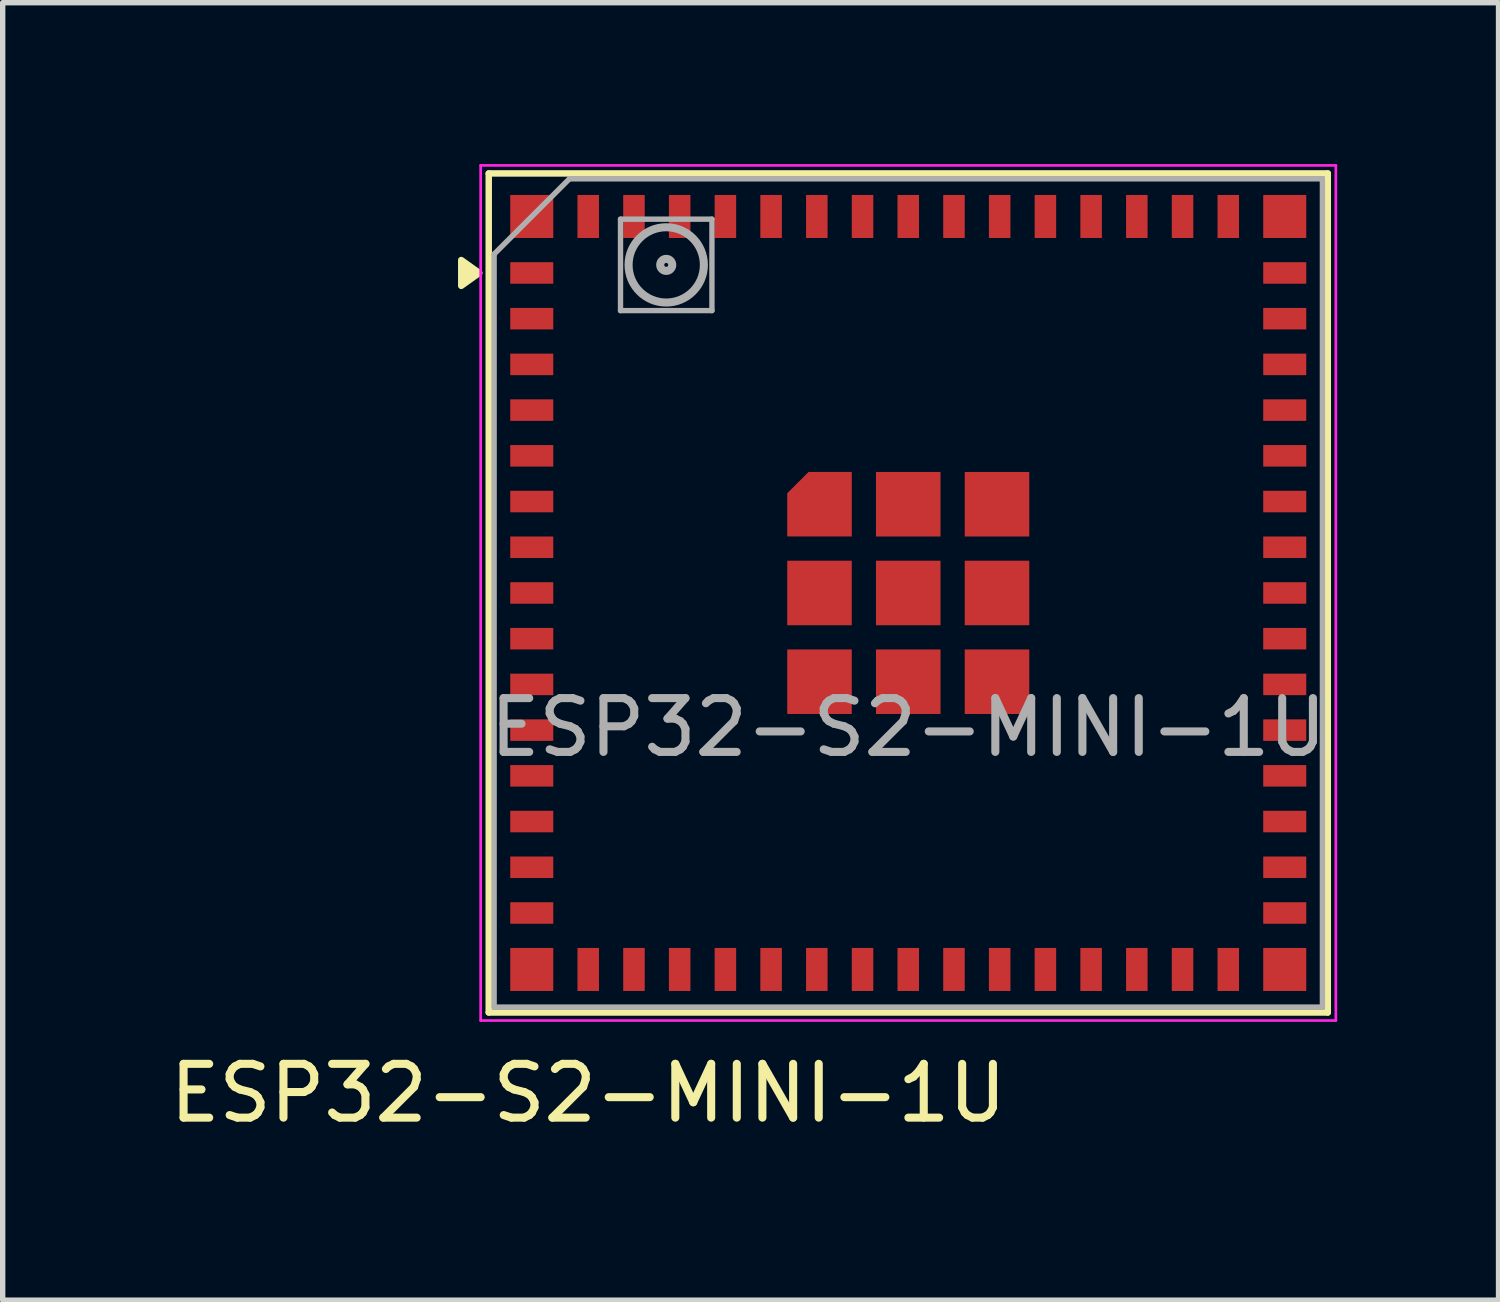
<source format=kicad_pcb>
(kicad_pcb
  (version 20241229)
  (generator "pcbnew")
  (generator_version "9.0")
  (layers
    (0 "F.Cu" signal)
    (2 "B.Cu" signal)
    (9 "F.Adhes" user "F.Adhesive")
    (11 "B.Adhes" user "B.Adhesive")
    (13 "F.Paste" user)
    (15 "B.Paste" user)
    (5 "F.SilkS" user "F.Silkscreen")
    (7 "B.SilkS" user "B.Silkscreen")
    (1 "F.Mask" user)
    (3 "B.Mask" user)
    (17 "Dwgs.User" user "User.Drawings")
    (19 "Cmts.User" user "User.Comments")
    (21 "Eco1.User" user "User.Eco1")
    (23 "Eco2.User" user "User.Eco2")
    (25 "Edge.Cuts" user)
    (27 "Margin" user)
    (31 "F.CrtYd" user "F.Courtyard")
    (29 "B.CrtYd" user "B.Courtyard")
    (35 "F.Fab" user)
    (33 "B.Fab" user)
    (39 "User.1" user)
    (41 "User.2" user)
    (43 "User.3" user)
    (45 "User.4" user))
  (footprint "ESP32-S2-MINI-1U"
    (layer "F.Cu")
    (at 13.837 7.975)
    (property "Reference" "ESP32-S2-MINI-1U" (at -5.95 9.3 0) (unlocked yes) (layer "F.SilkS") (effects (font (size 1 1) (thickness 0.15))))
    (attr smd)
    (fp_line (start -7.8 -7.8) (end 7.8 -7.8) (stroke (width 0.12) (type solid)) (layer "F.SilkS"))
    (fp_line (start -7.8 7.8) (end -7.8 -7.8) (stroke (width 0.12) (type solid)) (layer "F.SilkS"))
    (fp_line (start 7.8 -7.8) (end 7.8 7.8) (stroke (width 0.12) (type solid)) (layer "F.SilkS"))
    (fp_line (start 7.8 7.8) (end -7.8 7.8) (stroke (width 0.12) (type solid)) (layer "F.SilkS"))
    (fp_poly (pts (xy -7.975 -5.95) (xy -8.311 -5.71) (xy -8.311 -6.19) (xy -7.975 -5.95)) (stroke (width 0.12) (type solid)) (fill yes) (layer "F.SilkS"))
    (fp_line (start -7.95 -7.95) (end 7.95 -7.95) (stroke (width 0.05) (type solid)) (layer "F.CrtYd"))
    (fp_line (start -7.95 7.95) (end -7.95 -7.95) (stroke (width 0.05) (type solid)) (layer "F.CrtYd"))
    (fp_line (start 7.95 -7.95) (end 7.95 7.95) (stroke (width 0.05) (type solid)) (layer "F.CrtYd"))
    (fp_line (start 7.95 7.95) (end -7.95 7.95) (stroke (width 0.05) (type solid)) (layer "F.CrtYd"))
    (fp_line (start -7.7 -6.3) (end -6.3 -7.7) (stroke (width 0.1) (type solid)) (layer "F.Fab"))
    (fp_line (start -7.7 7.7) (end -7.7 -6.3) (stroke (width 0.1) (type solid)) (layer "F.Fab"))
    (fp_line (start -6.3 -7.7) (end 7.7 -7.7) (stroke (width 0.1) (type solid)) (layer "F.Fab"))
    (fp_line (start -5.35 -6.95) (end -3.65 -6.95) (stroke (width 0.1) (type solid)) (layer "F.Fab"))
    (fp_line (start -5.35 -5.25) (end -5.35 -6.95) (stroke (width 0.1) (type solid)) (layer "F.Fab"))
    (fp_line (start -3.65 -6.95) (end -3.65 -5.25) (stroke (width 0.1) (type solid)) (layer "F.Fab"))
    (fp_line (start -3.65 -5.25) (end -5.35 -5.25) (stroke (width 0.1) (type solid)) (layer "F.Fab"))
    (fp_line (start 7.7 -7.7) (end 7.7 7.7) (stroke (width 0.1) (type solid)) (layer "F.Fab"))
    (fp_line (start 7.7 7.7) (end -7.7 7.7) (stroke (width 0.1) (type solid)) (layer "F.Fab"))
    (fp_circle (center -4.5 -6.1) (end -4.388 -6.1) (stroke (width 0.15) (type solid)) (fill no) (layer "F.Fab"))
    (fp_circle (center -4.5 -6.1) (end -3.8 -6.1) (stroke (width 0.15) (type solid)) (fill no) (layer "F.Fab"))
    (fp_text user "${REFERENCE}" (at 0 2.5 0) (unlocked yes) (layer "F.Fab") (effects (font (size 1 1) (thickness 0.15))))
    (pad "1" smd rect (at -7 -5.95) (size 0.8 0.4) (layers "F.Cu" "F.Mask" "F.Paste"))
    (pad "2" smd rect (at -7 -5.1) (size 0.8 0.4) (layers "F.Cu" "F.Mask" "F.Paste"))
    (pad "3" smd rect (at -7 -4.25) (size 0.8 0.4) (layers "F.Cu" "F.Mask" "F.Paste"))
    (pad "4" smd rect (at -7 -3.4) (size 0.8 0.4) (layers "F.Cu" "F.Mask" "F.Paste"))
    (pad "5" smd rect (at -7 -2.55) (size 0.8 0.4) (layers "F.Cu" "F.Mask" "F.Paste"))
    (pad "6" smd rect (at -7 -1.7) (size 0.8 0.4) (layers "F.Cu" "F.Mask" "F.Paste"))
    (pad "7" smd rect (at -7 -0.85) (size 0.8 0.4) (layers "F.Cu" "F.Mask" "F.Paste"))
    (pad "8" smd rect (at -7 0) (size 0.8 0.4) (layers "F.Cu" "F.Mask" "F.Paste"))
    (pad "9" smd rect (at -7 0.85) (size 0.8 0.4) (layers "F.Cu" "F.Mask" "F.Paste"))
    (pad "10" smd rect (at -7 1.7) (size 0.8 0.4) (layers "F.Cu" "F.Mask" "F.Paste"))
    (pad "11" smd rect (at -7 2.55) (size 0.8 0.4) (layers "F.Cu" "F.Mask" "F.Paste"))
    (pad "12" smd rect (at -7 3.4) (size 0.8 0.4) (layers "F.Cu" "F.Mask" "F.Paste"))
    (pad "13" smd rect (at -7 4.25) (size 0.8 0.4) (layers "F.Cu" "F.Mask" "F.Paste"))
    (pad "14" smd rect (at -7 5.1) (size 0.8 0.4) (layers "F.Cu" "F.Mask" "F.Paste"))
    (pad "15" smd rect (at -7 5.95) (size 0.8 0.4) (layers "F.Cu" "F.Mask" "F.Paste"))
    (pad "16" smd rect (at -5.95 7 90) (size 0.8 0.4) (layers "F.Cu" "F.Mask" "F.Paste"))
    (pad "17" smd rect (at -5.1 7 90) (size 0.8 0.4) (layers "F.Cu" "F.Mask" "F.Paste"))
    (pad "18" smd rect (at -4.25 7 90) (size 0.8 0.4) (layers "F.Cu" "F.Mask" "F.Paste"))
    (pad "19" smd rect (at -3.4 7 90) (size 0.8 0.4) (layers "F.Cu" "F.Mask" "F.Paste"))
    (pad "20" smd rect (at -2.55 7 90) (size 0.8 0.4) (layers "F.Cu" "F.Mask" "F.Paste"))
    (pad "21" smd rect (at -1.7 7 90) (size 0.8 0.4) (layers "F.Cu" "F.Mask" "F.Paste"))
    (pad "22" smd rect (at -0.85 7 90) (size 0.8 0.4) (layers "F.Cu" "F.Mask" "F.Paste"))
    (pad "23" smd rect (at 0 7 90) (size 0.8 0.4) (layers "F.Cu" "F.Mask" "F.Paste"))
    (pad "24" smd rect (at 0.85 7 90) (size 0.8 0.4) (layers "F.Cu" "F.Mask" "F.Paste"))
    (pad "25" smd rect (at 1.7 7 90) (size 0.8 0.4) (layers "F.Cu" "F.Mask" "F.Paste"))
    (pad "26" smd rect (at 2.55 7 90) (size 0.8 0.4) (layers "F.Cu" "F.Mask" "F.Paste"))
    (pad "27" smd rect (at 3.4 7 90) (size 0.8 0.4) (layers "F.Cu" "F.Mask" "F.Paste"))
    (pad "28" smd rect (at 4.25 7 90) (size 0.8 0.4) (layers "F.Cu" "F.Mask" "F.Paste"))
    (pad "29" smd rect (at 5.1 7 90) (size 0.8 0.4) (layers "F.Cu" "F.Mask" "F.Paste"))
    (pad "30" smd rect (at 5.95 7 90) (size 0.8 0.4) (layers "F.Cu" "F.Mask" "F.Paste"))
    (pad "31" smd rect (at 7 5.95) (size 0.8 0.4) (layers "F.Cu" "F.Mask" "F.Paste"))
    (pad "32" smd rect (at 7 5.1) (size 0.8 0.4) (layers "F.Cu" "F.Mask" "F.Paste"))
    (pad "33" smd rect (at 7 4.25) (size 0.8 0.4) (layers "F.Cu" "F.Mask" "F.Paste"))
    (pad "34" smd rect (at 7 3.4) (size 0.8 0.4) (layers "F.Cu" "F.Mask" "F.Paste"))
    (pad "35" smd rect (at 7 2.55) (size 0.8 0.4) (layers "F.Cu" "F.Mask" "F.Paste"))
    (pad "36" smd rect (at 7 1.7) (size 0.8 0.4) (layers "F.Cu" "F.Mask" "F.Paste"))
    (pad "37" smd rect (at 7 0.85) (size 0.8 0.4) (layers "F.Cu" "F.Mask" "F.Paste"))
    (pad "38" smd rect (at 7 0) (size 0.8 0.4) (layers "F.Cu" "F.Mask" "F.Paste"))
    (pad "39" smd rect (at 7 -0.85) (size 0.8 0.4) (layers "F.Cu" "F.Mask" "F.Paste"))
    (pad "40" smd rect (at 7 -1.7) (size 0.8 0.4) (layers "F.Cu" "F.Mask" "F.Paste"))
    (pad "41" smd rect (at 7 -2.55) (size 0.8 0.4) (layers "F.Cu" "F.Mask" "F.Paste"))
    (pad "42" smd rect (at 7 -3.4) (size 0.8 0.4) (layers "F.Cu" "F.Mask" "F.Paste"))
    (pad "43" smd rect (at 7 -4.25) (size 0.8 0.4) (layers "F.Cu" "F.Mask" "F.Paste"))
    (pad "44" smd rect (at 7 -5.1) (size 0.8 0.4) (layers "F.Cu" "F.Mask" "F.Paste"))
    (pad "45" smd rect (at 7 -5.95) (size 0.8 0.4) (layers "F.Cu" "F.Mask" "F.Paste"))
    (pad "46" smd rect (at 5.95 -7 90) (size 0.8 0.4) (layers "F.Cu" "F.Mask" "F.Paste"))
    (pad "47" smd rect (at 5.1 -7 90) (size 0.8 0.4) (layers "F.Cu" "F.Mask" "F.Paste"))
    (pad "48" smd rect (at 4.25 -7 90) (size 0.8 0.4) (layers "F.Cu" "F.Mask" "F.Paste"))
    (pad "49" smd rect (at 3.4 -7 90) (size 0.8 0.4) (layers "F.Cu" "F.Mask" "F.Paste"))
    (pad "50" smd rect (at 2.55 -7 90) (size 0.8 0.4) (layers "F.Cu" "F.Mask" "F.Paste"))
    (pad "51" smd rect (at 1.7 -7 90) (size 0.8 0.4) (layers "F.Cu" "F.Mask" "F.Paste"))
    (pad "52" smd rect (at 0.85 -7 90) (size 0.8 0.4) (layers "F.Cu" "F.Mask" "F.Paste"))
    (pad "53" smd rect (at 0 -7 90) (size 0.8 0.4) (layers "F.Cu" "F.Mask" "F.Paste"))
    (pad "54" smd rect (at -0.85 -7 90) (size 0.8 0.4) (layers "F.Cu" "F.Mask" "F.Paste"))
    (pad "55" smd rect (at -1.7 -7 90) (size 0.8 0.4) (layers "F.Cu" "F.Mask" "F.Paste"))
    (pad "56" smd rect (at -2.55 -7 90) (size 0.8 0.4) (layers "F.Cu" "F.Mask" "F.Paste"))
    (pad "57" smd rect (at -3.4 -7 90) (size 0.8 0.4) (layers "F.Cu" "F.Mask" "F.Paste"))
    (pad "58" smd rect (at -4.25 -7 90) (size 0.8 0.4) (layers "F.Cu" "F.Mask" "F.Paste"))
    (pad "59" smd rect (at -5.1 -7 90) (size 0.8 0.4) (layers "F.Cu" "F.Mask" "F.Paste"))
    (pad "60" smd rect (at -5.95 -7 90) (size 0.8 0.4) (layers "F.Cu" "F.Mask" "F.Paste"))
    (pad "61" smd roundrect (at -1.65 -1.65) (size 1.2 1.2) (layers "F.Cu" "F.Mask" "F.Paste") (roundrect_rratio 0) (chamfer_ratio 0.33) (chamfer top_left))
    (pad "61" smd rect (at -1.65 0) (size 1.2 1.2) (layers "F.Cu" "F.Mask" "F.Paste"))
    (pad "61" smd rect (at -1.65 1.65) (size 1.2 1.2) (layers "F.Cu" "F.Mask" "F.Paste"))
    (pad "61" smd rect (at 0 -1.65) (size 1.2 1.2) (layers "F.Cu" "F.Mask" "F.Paste"))
    (pad "61" smd rect (at 0 0) (size 1.2 1.2) (layers "F.Cu" "F.Mask" "F.Paste"))
    (pad "61" smd rect (at 0 1.65) (size 1.2 1.2) (layers "F.Cu" "F.Mask" "F.Paste"))
    (pad "61" smd rect (at 1.65 -1.65) (size 1.2 1.2) (layers "F.Cu" "F.Mask" "F.Paste"))
    (pad "61" smd rect (at 1.65 0) (size 1.2 1.2) (layers "F.Cu" "F.Mask" "F.Paste"))
    (pad "61" smd rect (at 1.65 1.65) (size 1.2 1.2) (layers "F.Cu" "F.Mask" "F.Paste"))
    (pad "62" smd rect (at -7 -7) (size 0.8 0.8) (layers "F.Cu" "F.Mask" "F.Paste"))
    (pad "63" smd rect (at -7 7) (size 0.8 0.8) (layers "F.Cu" "F.Mask" "F.Paste"))
    (pad "64" smd rect (at 7 7) (size 0.8 0.8) (layers "F.Cu" "F.Mask" "F.Paste"))
    (pad "65" smd rect (at 7 -7) (size 0.8 0.8) (layers "F.Cu" "F.Mask" "F.Paste")))
  (gr_rect
    (start -3 -3)
    (end 24.812 21.123)
    (stroke (width 0.1) (type default))
    (fill no)
    (layer "Edge.Cuts")))
</source>
